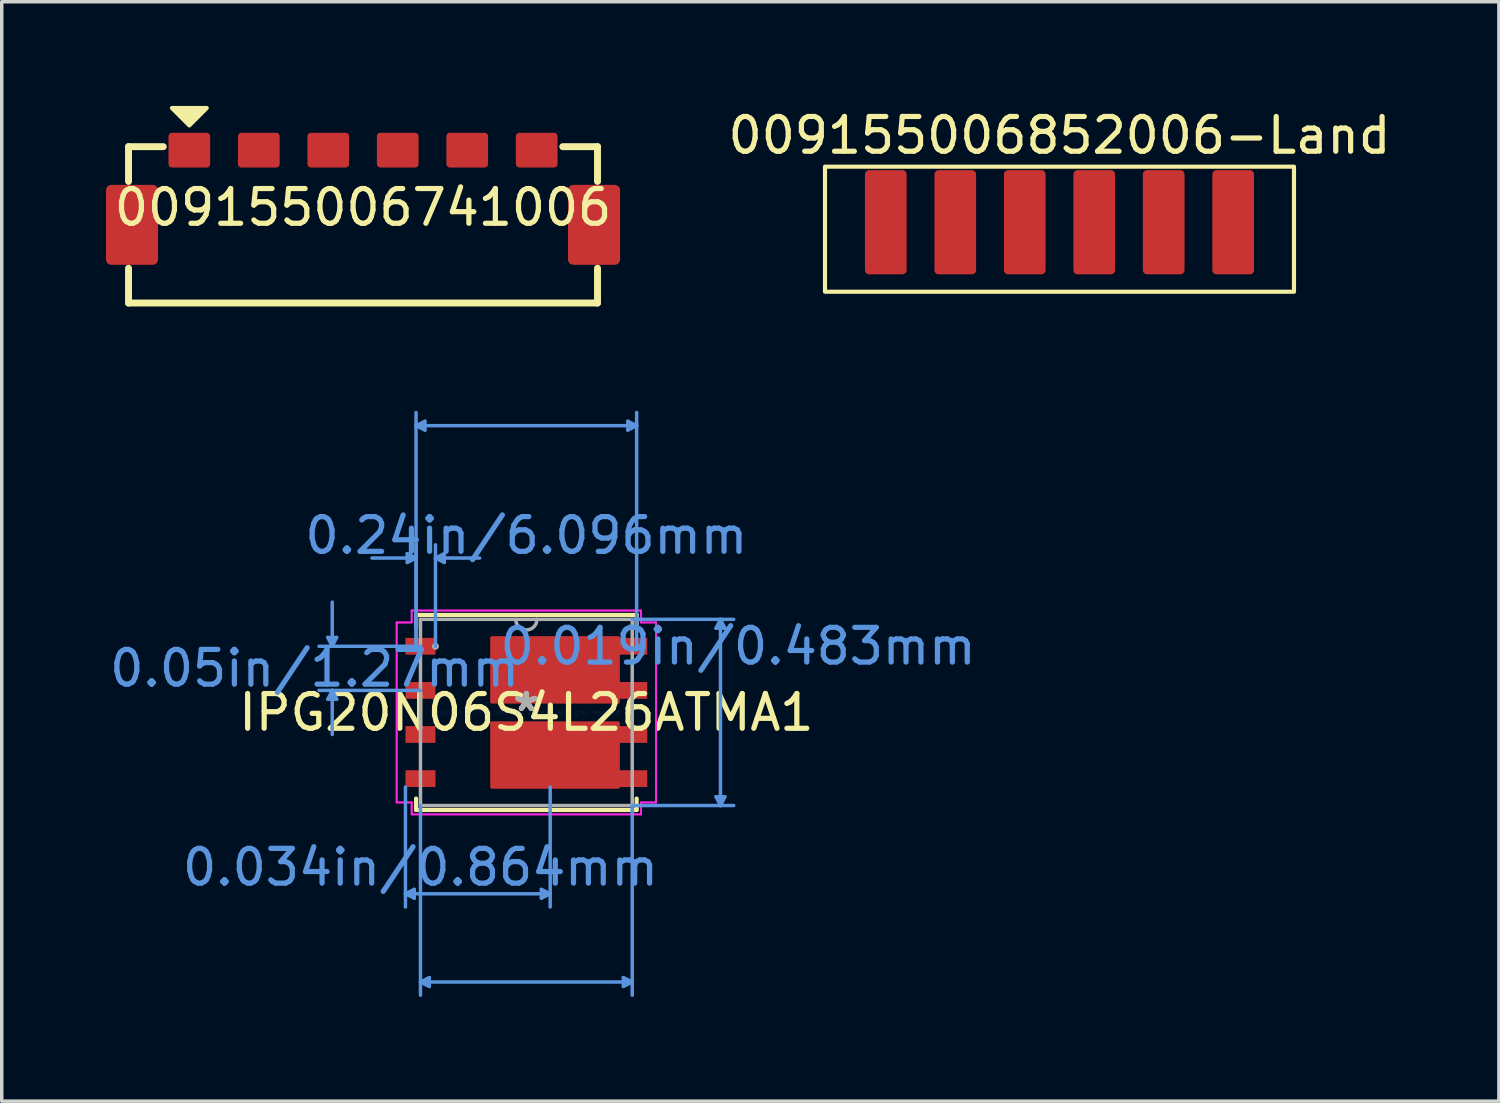
<source format=kicad_pcb>
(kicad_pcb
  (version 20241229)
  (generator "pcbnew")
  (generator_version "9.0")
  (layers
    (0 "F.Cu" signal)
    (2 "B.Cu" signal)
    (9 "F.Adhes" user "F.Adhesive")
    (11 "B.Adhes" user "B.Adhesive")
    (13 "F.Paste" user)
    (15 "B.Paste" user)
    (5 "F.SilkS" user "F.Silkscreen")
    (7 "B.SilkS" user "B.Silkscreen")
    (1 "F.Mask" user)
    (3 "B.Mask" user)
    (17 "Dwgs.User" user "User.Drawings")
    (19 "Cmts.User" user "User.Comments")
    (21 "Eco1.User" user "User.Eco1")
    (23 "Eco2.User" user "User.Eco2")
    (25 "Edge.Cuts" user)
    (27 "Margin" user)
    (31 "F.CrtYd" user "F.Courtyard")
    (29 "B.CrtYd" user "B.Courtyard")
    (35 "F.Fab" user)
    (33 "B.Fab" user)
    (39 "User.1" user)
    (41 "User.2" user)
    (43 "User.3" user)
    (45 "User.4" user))
  (footprint "IPG20N06S4L26ATMA1"
    (layer "F.Cu")
    (at 12.102 17.459)
    (property "Reference" "IPG20N06S4L26ATMA1" (at 0 0 0) (layer "F.SilkS") (effects (font (size 1 1) (thickness 0.15))))
    (attr through_hole)
    (fp_poly (pts (xy 2.642 -2.146) (xy -0.991 -2.146) (xy -0.991 -0.305) (xy 2.642 -0.305)) (stroke (width 0.1) (type solid)) (fill yes) (layer "F.Cu"))
    (fp_poly (pts (xy 2.642 2.146) (xy -0.991 2.146) (xy -0.991 0.305) (xy 2.642 0.305)) (stroke (width 0.1) (type solid)) (fill yes) (layer "F.Cu"))
    (fp_poly (pts (xy 2.642 -2.146) (xy -0.991 -2.146) (xy -0.991 -0.305) (xy 2.642 -0.305)) (stroke (width 0.1) (type solid)) (fill yes) (layer "F.Mask"))
    (fp_poly (pts (xy 2.642 2.146) (xy -0.991 2.146) (xy -0.991 0.305) (xy 2.642 0.305)) (stroke (width 0.1) (type solid)) (fill yes) (layer "F.Mask"))
    (fp_line (start -3.175 -2.807) (end -3.175 -2.479) (stroke (width 0.12) (type solid)) (layer "F.SilkS"))
    (fp_line (start -3.175 2.479) (end -3.175 2.807) (stroke (width 0.12) (type solid)) (layer "F.SilkS"))
    (fp_line (start -3.175 2.807) (end 3.175 2.807) (stroke (width 0.12) (type solid)) (layer "F.SilkS"))
    (fp_line (start 3.175 -2.807) (end -3.175 -2.807) (stroke (width 0.12) (type solid)) (layer "F.SilkS"))
    (fp_line (start 3.175 -2.479) (end 3.175 -2.807) (stroke (width 0.12) (type solid)) (layer "F.SilkS"))
    (fp_line (start 3.175 2.807) (end 3.175 2.479) (stroke (width 0.12) (type solid)) (layer "F.SilkS"))
    (fp_poly (pts (xy 2.642 -2.146) (xy -0.991 -2.146) (xy -0.991 -0.305) (xy 2.642 -0.305)) (stroke (width 0.1) (type solid)) (fill yes) (layer "F.Paste"))
    (fp_poly (pts (xy 2.642 2.146) (xy -0.991 2.146) (xy -0.991 0.305) (xy 2.642 0.305)) (stroke (width 0.1) (type solid)) (fill yes) (layer "F.Paste"))
    (fp_line (start -5.715 -2.159) (end -5.461 -2.159) (stroke (width 0.1) (type solid)) (layer "Cmts.User"))
    (fp_line (start -5.715 -0.381) (end -5.461 -0.381) (stroke (width 0.1) (type solid)) (layer "Cmts.User"))
    (fp_line (start -5.588 -1.905) (end -5.715 -2.159) (stroke (width 0.1) (type solid)) (layer "Cmts.User"))
    (fp_line (start -5.588 -1.905) (end -5.588 -3.175) (stroke (width 0.1) (type solid)) (layer "Cmts.User"))
    (fp_line (start -5.588 -1.905) (end -5.461 -2.159) (stroke (width 0.1) (type solid)) (layer "Cmts.User"))
    (fp_line (start -5.588 -0.635) (end -5.715 -0.381) (stroke (width 0.1) (type solid)) (layer "Cmts.User"))
    (fp_line (start -5.588 -0.635) (end -5.588 0.635) (stroke (width 0.1) (type solid)) (layer "Cmts.User"))
    (fp_line (start -5.588 -0.635) (end -5.461 -0.381) (stroke (width 0.1) (type solid)) (layer "Cmts.User"))
    (fp_line (start -3.48 2.146) (end -3.48 5.601) (stroke (width 0.1) (type solid)) (layer "Cmts.User"))
    (fp_line (start -3.48 5.22) (end -3.226 5.093) (stroke (width 0.1) (type solid)) (layer "Cmts.User"))
    (fp_line (start -3.48 5.22) (end -3.226 5.347) (stroke (width 0.1) (type solid)) (layer "Cmts.User"))
    (fp_line (start -3.48 5.22) (end 0.686 5.22) (stroke (width 0.1) (type solid)) (layer "Cmts.User"))
    (fp_line (start -3.429 -4.572) (end -3.429 -4.318) (stroke (width 0.1) (type solid)) (layer "Cmts.User"))
    (fp_line (start -3.226 5.093) (end -3.226 5.347) (stroke (width 0.1) (type solid)) (layer "Cmts.User"))
    (fp_line (start -3.175 -8.255) (end -2.921 -8.382) (stroke (width 0.1) (type solid)) (layer "Cmts.User"))
    (fp_line (start -3.175 -8.255) (end -2.921 -8.128) (stroke (width 0.1) (type solid)) (layer "Cmts.User"))
    (fp_line (start -3.175 -8.255) (end 3.175 -8.255) (stroke (width 0.1) (type solid)) (layer "Cmts.User"))
    (fp_line (start -3.175 -4.445) (end -4.445 -4.445) (stroke (width 0.1) (type solid)) (layer "Cmts.User"))
    (fp_line (start -3.175 -4.445) (end -3.429 -4.572) (stroke (width 0.1) (type solid)) (layer "Cmts.User"))
    (fp_line (start -3.175 -4.445) (end -3.429 -4.318) (stroke (width 0.1) (type solid)) (layer "Cmts.User"))
    (fp_line (start -3.175 -1.905) (end -3.175 -8.636) (stroke (width 0.1) (type solid)) (layer "Cmts.User"))
    (fp_line (start -3.175 -1.905) (end -3.175 -4.826) (stroke (width 0.1) (type solid)) (layer "Cmts.User"))
    (fp_line (start -3.048 -1.905) (end -5.969 -1.905) (stroke (width 0.1) (type solid)) (layer "Cmts.User"))
    (fp_line (start -3.048 -0.635) (end -5.969 -0.635) (stroke (width 0.1) (type solid)) (layer "Cmts.User"))
    (fp_line (start -3.048 2.68) (end -3.048 8.141) (stroke (width 0.1) (type solid)) (layer "Cmts.User"))
    (fp_line (start -3.048 7.76) (end -2.794 7.633) (stroke (width 0.1) (type solid)) (layer "Cmts.User"))
    (fp_line (start -3.048 7.76) (end -2.794 7.887) (stroke (width 0.1) (type solid)) (layer "Cmts.User"))
    (fp_line (start -3.048 7.76) (end 3.048 7.76) (stroke (width 0.1) (type solid)) (layer "Cmts.User"))
    (fp_line (start -2.921 -8.382) (end -2.921 -8.128) (stroke (width 0.1) (type solid)) (layer "Cmts.User"))
    (fp_line (start -2.794 7.633) (end -2.794 7.887) (stroke (width 0.1) (type solid)) (layer "Cmts.User"))
    (fp_line (start -2.616 -4.445) (end -2.362 -4.572) (stroke (width 0.1) (type solid)) (layer "Cmts.User"))
    (fp_line (start -2.616 -4.445) (end -2.362 -4.318) (stroke (width 0.1) (type solid)) (layer "Cmts.User"))
    (fp_line (start -2.616 -4.445) (end -1.346 -4.445) (stroke (width 0.1) (type solid)) (layer "Cmts.User"))
    (fp_line (start -2.616 -1.905) (end -2.616 -4.826) (stroke (width 0.1) (type solid)) (layer "Cmts.User"))
    (fp_line (start -2.362 -4.572) (end -2.362 -4.318) (stroke (width 0.1) (type solid)) (layer "Cmts.User"))
    (fp_line (start 0.432 5.093) (end 0.432 5.347) (stroke (width 0.1) (type solid)) (layer "Cmts.User"))
    (fp_line (start 0.686 2.146) (end 0.686 5.601) (stroke (width 0.1) (type solid)) (layer "Cmts.User"))
    (fp_line (start 0.686 5.22) (end 0.432 5.093) (stroke (width 0.1) (type solid)) (layer "Cmts.User"))
    (fp_line (start 0.686 5.22) (end 0.432 5.347) (stroke (width 0.1) (type solid)) (layer "Cmts.User"))
    (fp_line (start 2.794 7.633) (end 2.794 7.887) (stroke (width 0.1) (type solid)) (layer "Cmts.User"))
    (fp_line (start 2.921 -8.382) (end 2.921 -8.128) (stroke (width 0.1) (type solid)) (layer "Cmts.User"))
    (fp_line (start 3.048 -2.68) (end 5.969 -2.68) (stroke (width 0.1) (type solid)) (layer "Cmts.User"))
    (fp_line (start 3.048 2.68) (end 3.048 8.141) (stroke (width 0.1) (type solid)) (layer "Cmts.User"))
    (fp_line (start 3.048 2.68) (end 5.969 2.68) (stroke (width 0.1) (type solid)) (layer "Cmts.User"))
    (fp_line (start 3.048 7.76) (end 2.794 7.633) (stroke (width 0.1) (type solid)) (layer "Cmts.User"))
    (fp_line (start 3.048 7.76) (end 2.794 7.887) (stroke (width 0.1) (type solid)) (layer "Cmts.User"))
    (fp_line (start 3.175 -8.255) (end 2.921 -8.382) (stroke (width 0.1) (type solid)) (layer "Cmts.User"))
    (fp_line (start 3.175 -8.255) (end 2.921 -8.128) (stroke (width 0.1) (type solid)) (layer "Cmts.User"))
    (fp_line (start 3.175 -1.905) (end 3.175 -8.636) (stroke (width 0.1) (type solid)) (layer "Cmts.User"))
    (fp_line (start 5.461 -2.426) (end 5.715 -2.426) (stroke (width 0.1) (type solid)) (layer "Cmts.User"))
    (fp_line (start 5.461 2.426) (end 5.715 2.426) (stroke (width 0.1) (type solid)) (layer "Cmts.User"))
    (fp_line (start 5.588 -2.68) (end 5.461 -2.426) (stroke (width 0.1) (type solid)) (layer "Cmts.User"))
    (fp_line (start 5.588 -2.68) (end 5.588 2.68) (stroke (width 0.1) (type solid)) (layer "Cmts.User"))
    (fp_line (start 5.588 -2.68) (end 5.715 -2.426) (stroke (width 0.1) (type solid)) (layer "Cmts.User"))
    (fp_line (start 5.588 2.68) (end 5.461 2.426) (stroke (width 0.1) (type solid)) (layer "Cmts.User"))
    (fp_line (start 5.588 2.68) (end 5.715 2.426) (stroke (width 0.1) (type solid)) (layer "Cmts.User"))
    (fp_line (start -3.734 -2.591) (end -3.302 -2.591) (stroke (width 0.05) (type solid)) (layer "F.CrtYd"))
    (fp_line (start -3.734 -2.591) (end -3.302 -2.591) (stroke (width 0.05) (type solid)) (layer "F.CrtYd"))
    (fp_line (start -3.734 2.591) (end -3.734 -2.591) (stroke (width 0.05) (type solid)) (layer "F.CrtYd"))
    (fp_line (start -3.734 2.591) (end -3.734 -2.591) (stroke (width 0.05) (type solid)) (layer "F.CrtYd"))
    (fp_line (start -3.734 2.591) (end -3.302 2.591) (stroke (width 0.05) (type solid)) (layer "F.CrtYd"))
    (fp_line (start -3.302 -2.934) (end 3.302 -2.934) (stroke (width 0.05) (type solid)) (layer "F.CrtYd"))
    (fp_line (start -3.302 -2.934) (end 3.302 -2.934) (stroke (width 0.05) (type solid)) (layer "F.CrtYd"))
    (fp_line (start -3.302 -2.591) (end -3.302 -2.934) (stroke (width 0.05) (type solid)) (layer "F.CrtYd"))
    (fp_line (start -3.302 -2.591) (end -3.302 -2.934) (stroke (width 0.05) (type solid)) (layer "F.CrtYd"))
    (fp_line (start -3.302 2.591) (end -3.734 2.591) (stroke (width 0.05) (type solid)) (layer "F.CrtYd"))
    (fp_line (start -3.302 2.934) (end -3.302 2.591) (stroke (width 0.05) (type solid)) (layer "F.CrtYd"))
    (fp_line (start -3.302 2.934) (end -3.302 2.591) (stroke (width 0.05) (type solid)) (layer "F.CrtYd"))
    (fp_line (start 3.302 -2.934) (end 3.302 -2.591) (stroke (width 0.05) (type solid)) (layer "F.CrtYd"))
    (fp_line (start 3.302 -2.934) (end 3.302 -2.591) (stroke (width 0.05) (type solid)) (layer "F.CrtYd"))
    (fp_line (start 3.302 -2.591) (end 3.734 -2.591) (stroke (width 0.05) (type solid)) (layer "F.CrtYd"))
    (fp_line (start 3.302 2.591) (end 3.302 2.934) (stroke (width 0.05) (type solid)) (layer "F.CrtYd"))
    (fp_line (start 3.302 2.591) (end 3.302 2.934) (stroke (width 0.05) (type solid)) (layer "F.CrtYd"))
    (fp_line (start 3.302 2.934) (end -3.302 2.934) (stroke (width 0.05) (type solid)) (layer "F.CrtYd"))
    (fp_line (start 3.302 2.934) (end -3.302 2.934) (stroke (width 0.05) (type solid)) (layer "F.CrtYd"))
    (fp_line (start 3.734 -2.591) (end 3.302 -2.591) (stroke (width 0.05) (type solid)) (layer "F.CrtYd"))
    (fp_line (start 3.734 -2.591) (end 3.734 2.591) (stroke (width 0.05) (type solid)) (layer "F.CrtYd"))
    (fp_line (start 3.734 -2.591) (end 3.734 2.591) (stroke (width 0.05) (type solid)) (layer "F.CrtYd"))
    (fp_line (start 3.734 2.591) (end 3.302 2.591) (stroke (width 0.05) (type solid)) (layer "F.CrtYd"))
    (fp_line (start 3.734 2.591) (end 3.302 2.591) (stroke (width 0.05) (type solid)) (layer "F.CrtYd"))
    (fp_line (start -3.048 -2.68) (end -3.048 2.68) (stroke (width 0.1) (type solid)) (layer "F.Fab"))
    (fp_line (start -3.048 2.68) (end 3.048 2.68) (stroke (width 0.1) (type solid)) (layer "F.Fab"))
    (fp_line (start 3.048 -2.68) (end -3.048 -2.68) (stroke (width 0.1) (type solid)) (layer "F.Fab"))
    (fp_line (start 3.048 2.68) (end 3.048 -2.68) (stroke (width 0.1) (type solid)) (layer "F.Fab"))
    (fp_arc (start 0.3048 -2.6797) (mid 0 -2.3749) (end -0.3048 -2.6797) (stroke (width 0.1) (type solid)) (layer "F.Fab"))
    (fp_circle (center -2.616 -1.905) (end -2.616 -1.905) (stroke (width 0.1) (type solid)) (fill no) (layer "F.Fab"))
    (fp_text user "*" (at 0 0 0) (layer "F.SilkS") (effects (font (size 1 1) (thickness 0.15))))
    (fp_text user "0.24in/6.096mm" (at 0 -5.093 0) (layer "Cmts.User") (effects (font (size 1 1) (thickness 0.15))))
    (fp_text user "Copyright 2021 Accelerated Designs. All rights reserved." (at 0 0 0) (layer "Cmts.User") (effects (font (size 0.127 0.127) (thickness 0.002))))
    (fp_text user "0.034in/0.864mm" (at -3.048 4.458 0) (layer "Cmts.User") (effects (font (size 1 1) (thickness 0.15))))
    (fp_text user "0.019in/0.483mm" (at 6.096 -1.905 0) (layer "Cmts.User") (effects (font (size 1 1) (thickness 0.15))))
    (fp_text user "0.05in/1.27mm" (at -6.096 -1.27 0) (layer "Cmts.User") (effects (font (size 1 1) (thickness 0.15))))
    (fp_text user "*" (at 0 0 0) (layer "F.Fab") (effects (font (size 1 1) (thickness 0.15))))
    (pad "1" smd rect (at -3.048 -1.905) (size 0.864 0.483) (layers "F.Cu" "F.Mask" "F.Paste"))
    (pad "2" smd rect (at -3.048 -0.635) (size 0.864 0.483) (layers "F.Cu" "F.Mask" "F.Paste"))
    (pad "3" smd rect (at -3.048 0.635) (size 0.864 0.483) (layers "F.Cu" "F.Mask" "F.Paste"))
    (pad "4" smd rect (at -3.048 1.905) (size 0.864 0.483) (layers "F.Cu" "F.Mask" "F.Paste"))
    (pad "5" smd rect (at 3.048 1.905) (size 0.864 0.483) (layers "F.Cu" "F.Mask" "F.Paste"))
    (pad "6" smd rect (at 3.048 0.635) (size 0.864 0.483) (layers "F.Cu" "F.Mask" "F.Paste"))
    (pad "7" smd rect (at 3.048 -0.635) (size 0.864 0.483) (layers "F.Cu" "F.Mask" "F.Paste"))
    (pad "8" smd rect (at 3.048 -1.905) (size 0.864 0.483) (layers "F.Cu" "F.Mask" "F.Paste")))
  (footprint "009155006741006"
    (layer "F.Cu")
    (at 7.4 3.422)
    (property "Reference" "009155006741006" (at 0 -0.5 0) (unlocked yes) (layer "F.SilkS") (effects (font (size 1 1) (thickness 0.15))))
    (attr smd)
    (fp_line (start -6.75 -2.25) (end -5.75 -2.25) (stroke (width 0.2) (type solid)) (layer "F.SilkS"))
    (fp_line (start -6.75 -1.25) (end -6.75 -2.25) (stroke (width 0.2) (type solid)) (layer "F.SilkS"))
    (fp_line (start -6.75 1.25) (end -6.75 2.25) (stroke (width 0.2) (type solid)) (layer "F.SilkS"))
    (fp_line (start -6.75 2.25) (end 6.75 2.25) (stroke (width 0.2) (type solid)) (layer "F.SilkS"))
    (fp_line (start 5.75 -2.25) (end 6.75 -2.25) (stroke (width 0.2) (type solid)) (layer "F.SilkS"))
    (fp_line (start 6.75 -1.25) (end 6.75 -2.25) (stroke (width 0.2) (type solid)) (layer "F.SilkS"))
    (fp_line (start 6.75 2.25) (end 6.75 1.25) (stroke (width 0.2) (type solid)) (layer "F.SilkS"))
    (fp_poly (pts (xy -5 -2.862) (xy -5.5 -3.362) (xy -4.5 -3.362)) (stroke (width 0.12) (type solid)) (fill yes) (layer "F.SilkS"))
    (pad "1" smd roundrect (at -5 -2.15) (size 1.2 1) (layers "F.Cu" "F.Mask" "F.Paste") (roundrect_rratio 0.1))
    (pad "2" smd roundrect (at -3 -2.15) (size 1.2 1) (layers "F.Cu" "F.Mask" "F.Paste") (roundrect_rratio 0.1))
    (pad "3" smd roundrect (at -1 -2.15) (size 1.2 1) (layers "F.Cu" "F.Mask" "F.Paste") (roundrect_rratio 0.1))
    (pad "4" smd roundrect (at 1 -2.15) (size 1.2 1) (layers "F.Cu" "F.Mask" "F.Paste") (roundrect_rratio 0.1))
    (pad "5" smd roundrect (at 3 -2.15) (size 1.2 1) (layers "F.Cu" "F.Mask" "F.Paste") (roundrect_rratio 0.1))
    (pad "6" smd roundrect (at 5 -2.15) (size 1.2 1) (layers "F.Cu" "F.Mask" "F.Paste") (roundrect_rratio 0.1))
    (pad "EP" smd roundrect (at -6.65 0) (size 1.5 2.3) (layers "F.Cu" "F.Mask" "F.Paste") (roundrect_rratio 0.1))
    (pad "EP" smd roundrect (at 6.65 0) (size 1.5 2.3) (layers "F.Cu" "F.Mask" "F.Paste") (roundrect_rratio 0.1)))
  (footprint "009155006852006-Land"
    (layer "F.Cu")
    (at 27.449 3.348)
    (property "Reference" "009155006852006-Land" (at 0 -2.5 0) (unlocked yes) (layer "F.SilkS") (effects (font (size 1 1) (thickness 0.15))))
    (attr smd)
    (fp_rect (start -6.75 -1.6) (end 6.75 2) (stroke (width 0.12) (type solid)) (fill no) (layer "F.SilkS"))
    (pad "1" smd roundrect (at 5 0) (size 1.2 3) (layers "F.Cu" "F.Mask" "F.Paste") (roundrect_rratio 0.1))
    (pad "2" smd roundrect (at 3 0) (size 1.2 3) (layers "F.Cu" "F.Mask" "F.Paste") (roundrect_rratio 0.1))
    (pad "3" smd roundrect (at 1 0) (size 1.2 3) (layers "F.Cu" "F.Mask" "F.Paste") (roundrect_rratio 0.1))
    (pad "4" smd roundrect (at -1 0) (size 1.2 3) (layers "F.Cu" "F.Mask" "F.Paste") (roundrect_rratio 0.1))
    (pad "5" smd roundrect (at -3 0) (size 1.2 3) (layers "F.Cu" "F.Mask" "F.Paste") (roundrect_rratio 0.1))
    (pad "6" smd roundrect (at -5 0) (size 1.2 3) (layers "F.Cu" "F.Mask" "F.Paste") (roundrect_rratio 0.1)))
  (gr_rect
    (start -3 -3)
    (end 40.098 28.649)
    (stroke (width 0.1) (type default))
    (fill no)
    (layer "Edge.Cuts")))
</source>
